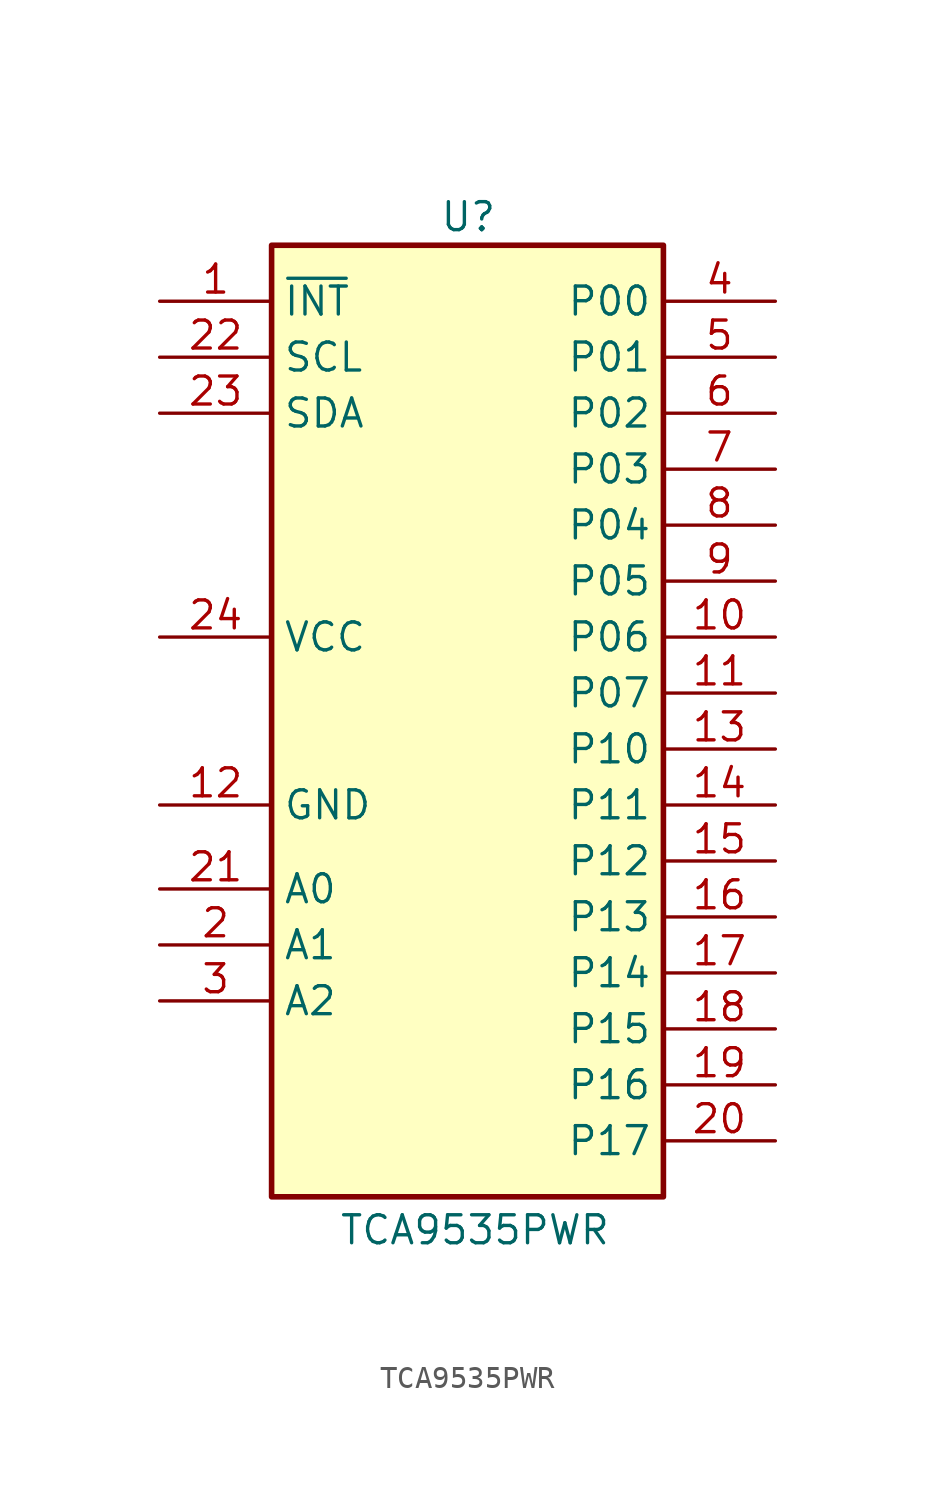
<source format=kicad_sym>
(kicad_symbol_lib
  (version 20231120)
  (generator "kicad_symbol_editor")
  (generator_version "8.0")
  (symbol "TCA9535PWR"
    (property "Reference" "U"
      (at 12.7 14.732 0)
      (do_not_autoplace)
      (effects (font (size 1.27 1.27)) (justify left top)))
    (property "Value" "TCA9535PWR"
      (at 8.128 -31.242 0)
      (do_not_autoplace)
      (effects (font (size 1.27 1.27)) (justify left top)))
    (symbol "TCA9535PWR_1_1"
      (rectangle (start 5.08 12.7) (end 22.86 -30.48) (stroke (width 0.254) (type default)) (fill (type background)))
      (pin passive line (at 0 10.16 0) (length 5.08) (name "~{INT}" (effects (font (size 1.27 1.27)))) (number "1" (effects (font (size 1.27 1.27)))))
      (pin passive line (at 27.94 -5.08 180) (length 5.08) (name "P06" (effects (font (size 1.27 1.27)))) (number "10" (effects (font (size 1.27 1.27)))))
      (pin passive line (at 27.94 -7.62 180) (length 5.08) (name "P07" (effects (font (size 1.27 1.27)))) (number "11" (effects (font (size 1.27 1.27)))))
      (pin passive line (at 0 -12.7 0) (length 5.08) (name "GND" (effects (font (size 1.27 1.27)))) (number "12" (effects (font (size 1.27 1.27)))))
      (pin passive line (at 27.94 -10.16 180) (length 5.08) (name "P10" (effects (font (size 1.27 1.27)))) (number "13" (effects (font (size 1.27 1.27)))))
      (pin passive line (at 27.94 -12.7 180) (length 5.08) (name "P11" (effects (font (size 1.27 1.27)))) (number "14" (effects (font (size 1.27 1.27)))))
      (pin passive line (at 27.94 -15.24 180) (length 5.08) (name "P12" (effects (font (size 1.27 1.27)))) (number "15" (effects (font (size 1.27 1.27)))))
      (pin passive line (at 27.94 -17.78 180) (length 5.08) (name "P13" (effects (font (size 1.27 1.27)))) (number "16" (effects (font (size 1.27 1.27)))))
      (pin passive line (at 27.94 -20.32 180) (length 5.08) (name "P14" (effects (font (size 1.27 1.27)))) (number "17" (effects (font (size 1.27 1.27)))))
      (pin passive line (at 27.94 -22.86 180) (length 5.08) (name "P15" (effects (font (size 1.27 1.27)))) (number "18" (effects (font (size 1.27 1.27)))))
      (pin passive line (at 27.94 -25.4 180) (length 5.08) (name "P16" (effects (font (size 1.27 1.27)))) (number "19" (effects (font (size 1.27 1.27)))))
      (pin passive line (at 0 -19.05 0) (length 5.08) (name "A1" (effects (font (size 1.27 1.27)))) (number "2" (effects (font (size 1.27 1.27)))))
      (pin passive line (at 27.94 -27.94 180) (length 5.08) (name "P17" (effects (font (size 1.27 1.27)))) (number "20" (effects (font (size 1.27 1.27)))))
      (pin passive line (at 0 -16.51 0) (length 5.08) (name "A0" (effects (font (size 1.27 1.27)))) (number "21" (effects (font (size 1.27 1.27)))))
      (pin passive line (at 0 7.62 0) (length 5.08) (name "SCL" (effects (font (size 1.27 1.27)))) (number "22" (effects (font (size 1.27 1.27)))))
      (pin passive line (at 0 5.08 0) (length 5.08) (name "SDA" (effects (font (size 1.27 1.27)))) (number "23" (effects (font (size 1.27 1.27)))))
      (pin passive line (at 0 -5.08 0) (length 5.08) (name "VCC" (effects (font (size 1.27 1.27)))) (number "24" (effects (font (size 1.27 1.27)))))
      (pin passive line (at 0 -21.59 0) (length 5.08) (name "A2" (effects (font (size 1.27 1.27)))) (number "3" (effects (font (size 1.27 1.27)))))
      (pin passive line (at 27.94 10.16 180) (length 5.08) (name "P00" (effects (font (size 1.27 1.27)))) (number "4" (effects (font (size 1.27 1.27)))))
      (pin passive line (at 27.94 7.62 180) (length 5.08) (name "P01" (effects (font (size 1.27 1.27)))) (number "5" (effects (font (size 1.27 1.27)))))
      (pin passive line (at 27.94 5.08 180) (length 5.08) (name "P02" (effects (font (size 1.27 1.27)))) (number "6" (effects (font (size 1.27 1.27)))))
      (pin passive line (at 27.94 2.54 180) (length 5.08) (name "P03" (effects (font (size 1.27 1.27)))) (number "7" (effects (font (size 1.27 1.27)))))
      (pin passive line (at 27.94 0 180) (length 5.08) (name "P04" (effects (font (size 1.27 1.27)))) (number "8" (effects (font (size 1.27 1.27)))))
      (pin passive line (at 27.94 -2.54 180) (length 5.08) (name "P05" (effects (font (size 1.27 1.27)))) (number "9" (effects (font (size 1.27 1.27))))))))
</source>
